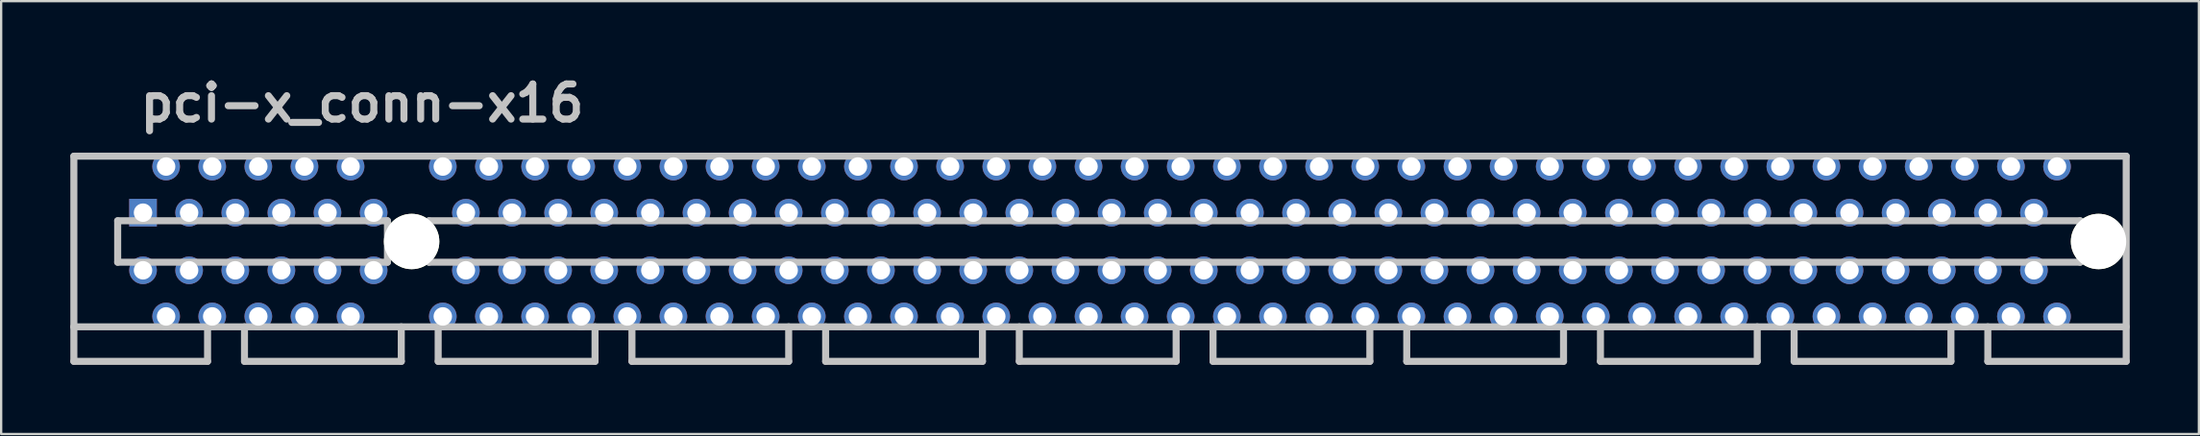
<source format=kicad_pcb>
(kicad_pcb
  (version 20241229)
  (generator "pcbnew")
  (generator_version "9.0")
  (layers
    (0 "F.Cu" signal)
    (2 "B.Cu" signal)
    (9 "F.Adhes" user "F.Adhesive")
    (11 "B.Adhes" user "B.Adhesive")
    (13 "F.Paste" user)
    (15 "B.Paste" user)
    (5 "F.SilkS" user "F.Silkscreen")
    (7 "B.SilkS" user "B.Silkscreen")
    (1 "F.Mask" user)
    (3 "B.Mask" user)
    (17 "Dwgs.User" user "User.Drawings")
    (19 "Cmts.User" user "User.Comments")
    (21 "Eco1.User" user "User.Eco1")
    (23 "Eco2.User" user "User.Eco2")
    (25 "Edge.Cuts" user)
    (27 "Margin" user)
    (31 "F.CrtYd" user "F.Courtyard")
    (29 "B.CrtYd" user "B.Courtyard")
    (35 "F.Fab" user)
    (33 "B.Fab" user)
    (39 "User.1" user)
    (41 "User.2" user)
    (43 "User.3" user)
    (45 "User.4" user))
  (footprint "pci-x_conn-x16"
    (layer "F.Cu")
    (at 12.652 7.426)
    (property "Reference" "pci-x_conn-x16" (at 0 -5.999 0) (layer "Dwgs.User") (effects (font (size 1.524 1.524) (thickness 0.305))))
    (attr through_hole)
    (fp_line (start -12.499 -3.701) (end -12.499 3.701) (stroke (width 0.305) (type solid)) (layer "Dwgs.User"))
    (fp_line (start -12.499 3.701) (end -12.499 5.199) (stroke (width 0.305) (type solid)) (layer "Dwgs.User"))
    (fp_line (start -12.499 3.701) (end 76.5 3.701) (stroke (width 0.305) (type solid)) (layer "Dwgs.User"))
    (fp_line (start -10.599 -0.899) (end -10.599 0.899) (stroke (width 0.305) (type solid)) (layer "Dwgs.User"))
    (fp_line (start -10.599 -0.899) (end 1.1 -0.899) (stroke (width 0.305) (type solid)) (layer "Dwgs.User"))
    (fp_line (start -6.701 5.199) (end -12.499 5.199) (stroke (width 0.305) (type solid)) (layer "Dwgs.User"))
    (fp_line (start -6.701 5.199) (end -6.701 3.701) (stroke (width 0.305) (type solid)) (layer "Dwgs.User"))
    (fp_line (start -5.1 3.701) (end -5.1 5.199) (stroke (width 0.305) (type solid)) (layer "Dwgs.User"))
    (fp_line (start -5.098 5.199) (end 1.702 5.199) (stroke (width 0.305) (type solid)) (layer "Dwgs.User"))
    (fp_line (start 1.1 0.899) (end -10.599 0.899) (stroke (width 0.305) (type solid)) (layer "Dwgs.User"))
    (fp_line (start 1.1 0.899) (end 1.1 -0.899) (stroke (width 0.305) (type solid)) (layer "Dwgs.User"))
    (fp_line (start 1.699 5.199) (end 1.699 3.701) (stroke (width 0.305) (type solid)) (layer "Dwgs.User"))
    (fp_line (start 2.901 0.899) (end 2.901 -0.899) (stroke (width 0.305) (type solid)) (layer "Dwgs.User"))
    (fp_line (start 2.901 0.899) (end 74.501 0.899) (stroke (width 0.305) (type solid)) (layer "Dwgs.User"))
    (fp_line (start 3.299 3.701) (end 3.299 5.199) (stroke (width 0.305) (type solid)) (layer "Dwgs.User"))
    (fp_line (start 3.302 5.199) (end 10.102 5.199) (stroke (width 0.305) (type solid)) (layer "Dwgs.User"))
    (fp_line (start 10.102 5.199) (end 10.102 3.701) (stroke (width 0.305) (type solid)) (layer "Dwgs.User"))
    (fp_line (start 11.702 5.199) (end 11.702 3.701) (stroke (width 0.305) (type solid)) (layer "Dwgs.User"))
    (fp_line (start 11.702 5.199) (end 18.501 5.199) (stroke (width 0.305) (type solid)) (layer "Dwgs.User"))
    (fp_line (start 18.499 5.199) (end 18.499 3.701) (stroke (width 0.305) (type solid)) (layer "Dwgs.User"))
    (fp_line (start 20.102 3.701) (end 20.102 5.199) (stroke (width 0.305) (type solid)) (layer "Dwgs.User"))
    (fp_line (start 20.102 5.199) (end 26.901 5.199) (stroke (width 0.305) (type solid)) (layer "Dwgs.User"))
    (fp_line (start 26.901 5.199) (end 26.901 3.701) (stroke (width 0.305) (type solid)) (layer "Dwgs.User"))
    (fp_line (start 28.499 3.701) (end 28.499 5.199) (stroke (width 0.305) (type solid)) (layer "Dwgs.User"))
    (fp_line (start 28.501 5.197) (end 35.301 5.197) (stroke (width 0.305) (type solid)) (layer "Dwgs.User"))
    (fp_line (start 35.301 5.199) (end 35.301 3.701) (stroke (width 0.305) (type solid)) (layer "Dwgs.User"))
    (fp_line (start 36.901 5.199) (end 36.901 3.701) (stroke (width 0.305) (type solid)) (layer "Dwgs.User"))
    (fp_line (start 36.901 5.199) (end 43.701 5.199) (stroke (width 0.305) (type solid)) (layer "Dwgs.User"))
    (fp_line (start 43.701 5.199) (end 43.701 3.701) (stroke (width 0.305) (type solid)) (layer "Dwgs.User"))
    (fp_line (start 45.301 5.199) (end 45.301 3.701) (stroke (width 0.305) (type solid)) (layer "Dwgs.User"))
    (fp_line (start 52.1 5.199) (end 45.301 5.199) (stroke (width 0.305) (type solid)) (layer "Dwgs.User"))
    (fp_line (start 52.1 5.199) (end 52.1 3.701) (stroke (width 0.305) (type solid)) (layer "Dwgs.User"))
    (fp_line (start 53.701 5.199) (end 53.701 3.701) (stroke (width 0.305) (type solid)) (layer "Dwgs.User"))
    (fp_line (start 53.701 5.199) (end 60.5 5.199) (stroke (width 0.305) (type solid)) (layer "Dwgs.User"))
    (fp_line (start 60.5 5.199) (end 60.5 3.701) (stroke (width 0.305) (type solid)) (layer "Dwgs.User"))
    (fp_line (start 62.1 5.199) (end 62.1 3.701) (stroke (width 0.305) (type solid)) (layer "Dwgs.User"))
    (fp_line (start 68.9 5.199) (end 62.1 5.199) (stroke (width 0.305) (type solid)) (layer "Dwgs.User"))
    (fp_line (start 68.9 5.199) (end 68.9 3.701) (stroke (width 0.305) (type solid)) (layer "Dwgs.User"))
    (fp_line (start 70.5 5.199) (end 70.5 3.701) (stroke (width 0.305) (type solid)) (layer "Dwgs.User"))
    (fp_line (start 74.501 -0.899) (end 2.901 -0.899) (stroke (width 0.305) (type solid)) (layer "Dwgs.User"))
    (fp_line (start 74.503 -0.899) (end 74.503 0.899) (stroke (width 0.305) (type solid)) (layer "Dwgs.User"))
    (fp_line (start 76.5 -3.701) (end -12.499 -3.701) (stroke (width 0.305) (type solid)) (layer "Dwgs.User"))
    (fp_line (start 76.5 -3.701) (end 76.5 5.199) (stroke (width 0.305) (type solid)) (layer "Dwgs.User"))
    (fp_line (start 76.5 5.199) (end 70.5 5.199) (stroke (width 0.305) (type solid)) (layer "Dwgs.User"))
    (pad "" np_thru_hole circle (at 2.149 0) (size 2.4 2.4) (drill 2.4) (layers "*.Cu" "F.SilkS"))
    (pad "" np_thru_hole circle (at 75.301 0) (size 2.4 2.4) (drill 2.4) (layers "*.Cu" "F.SilkS"))
    (pad "A1" thru_hole rect (at -9.5 -1.25) (size 1.199 1.199) (drill 0.8) (layers "*.Cu" "*.Mask"))
    (pad "A2" thru_hole circle (at -8.499 -3.251) (size 1.199 1.199) (drill 0.8) (layers "*.Cu" "*.Mask"))
    (pad "A3" thru_hole circle (at -7.501 -1.25) (size 1.199 1.199) (drill 0.8) (layers "*.Cu" "*.Mask"))
    (pad "A4" thru_hole circle (at -6.5 -3.251) (size 1.199 1.199) (drill 0.8) (layers "*.Cu" "*.Mask"))
    (pad "A5" thru_hole circle (at -5.499 -1.25) (size 1.199 1.199) (drill 0.8) (layers "*.Cu" "*.Mask"))
    (pad "A6" thru_hole circle (at -4.501 -3.251) (size 1.199 1.199) (drill 0.8) (layers "*.Cu" "*.Mask"))
    (pad "A7" thru_hole circle (at -3.5 -1.25) (size 1.199 1.199) (drill 0.8) (layers "*.Cu" "*.Mask"))
    (pad "A8" thru_hole circle (at -2.499 -3.251) (size 1.199 1.199) (drill 0.8) (layers "*.Cu" "*.Mask"))
    (pad "A9" thru_hole circle (at -1.501 -1.25) (size 1.199 1.199) (drill 0.8) (layers "*.Cu" "*.Mask"))
    (pad "A10" thru_hole circle (at -0.5 -3.251) (size 1.199 1.199) (drill 0.8) (layers "*.Cu" "*.Mask"))
    (pad "A11" thru_hole circle (at 0.5 -1.25) (size 1.199 1.199) (drill 0.8) (layers "*.Cu" "*.Mask"))
    (pad "A12" thru_hole circle (at 3.5 -3.251) (size 1.199 1.199) (drill 0.8) (layers "*.Cu" "*.Mask"))
    (pad "A13" thru_hole circle (at 4.501 -1.25) (size 1.199 1.199) (drill 0.8) (layers "*.Cu" "*.Mask"))
    (pad "A14" thru_hole circle (at 5.499 -3.251) (size 1.199 1.199) (drill 0.8) (layers "*.Cu" "*.Mask"))
    (pad "A15" thru_hole circle (at 6.5 -1.25) (size 1.199 1.199) (drill 0.8) (layers "*.Cu" "*.Mask"))
    (pad "A16" thru_hole circle (at 7.501 -3.251) (size 1.199 1.199) (drill 0.8) (layers "*.Cu" "*.Mask"))
    (pad "A17" thru_hole circle (at 8.499 -1.25) (size 1.199 1.199) (drill 0.8) (layers "*.Cu" "*.Mask"))
    (pad "A18" thru_hole circle (at 9.5 -3.251) (size 1.199 1.199) (drill 0.8) (layers "*.Cu" "*.Mask"))
    (pad "A19" thru_hole circle (at 10.5 -1.25) (size 1.199 1.199) (drill 0.8) (layers "*.Cu" "*.Mask"))
    (pad "A20" thru_hole circle (at 11.501 -3.251) (size 1.199 1.199) (drill 0.8) (layers "*.Cu" "*.Mask"))
    (pad "A21" thru_hole circle (at 12.499 -1.25) (size 1.199 1.199) (drill 0.8) (layers "*.Cu" "*.Mask"))
    (pad "A22" thru_hole circle (at 13.5 -3.251) (size 1.199 1.199) (drill 0.8) (layers "*.Cu" "*.Mask"))
    (pad "A23" thru_hole circle (at 14.501 -1.25) (size 1.199 1.199) (drill 0.8) (layers "*.Cu" "*.Mask"))
    (pad "A24" thru_hole circle (at 15.499 -3.251) (size 1.199 1.199) (drill 0.8) (layers "*.Cu" "*.Mask"))
    (pad "A25" thru_hole circle (at 16.5 -1.25) (size 1.199 1.199) (drill 0.8) (layers "*.Cu" "*.Mask"))
    (pad "A26" thru_hole circle (at 17.501 -3.251) (size 1.199 1.199) (drill 0.8) (layers "*.Cu" "*.Mask"))
    (pad "A27" thru_hole circle (at 18.499 -1.25) (size 1.199 1.199) (drill 0.8) (layers "*.Cu" "*.Mask"))
    (pad "A28" thru_hole circle (at 19.5 -3.251) (size 1.199 1.199) (drill 0.8) (layers "*.Cu" "*.Mask"))
    (pad "A29" thru_hole circle (at 20.5 -1.25) (size 1.199 1.199) (drill 0.8) (layers "*.Cu" "*.Mask"))
    (pad "A30" thru_hole circle (at 21.501 -3.251) (size 1.199 1.199) (drill 0.8) (layers "*.Cu" "*.Mask"))
    (pad "A31" thru_hole circle (at 22.499 -1.25) (size 1.199 1.199) (drill 0.8) (layers "*.Cu" "*.Mask"))
    (pad "A32" thru_hole circle (at 23.5 -3.251) (size 1.199 1.199) (drill 0.8) (layers "*.Cu" "*.Mask"))
    (pad "A33" thru_hole circle (at 24.501 -1.25) (size 1.199 1.199) (drill 0.8) (layers "*.Cu" "*.Mask"))
    (pad "A34" thru_hole circle (at 25.499 -3.251) (size 1.199 1.199) (drill 0.8) (layers "*.Cu" "*.Mask"))
    (pad "A35" thru_hole circle (at 26.5 -1.25) (size 1.199 1.199) (drill 0.8) (layers "*.Cu" "*.Mask"))
    (pad "A36" thru_hole circle (at 27.501 -3.251) (size 1.199 1.199) (drill 0.8) (layers "*.Cu" "*.Mask"))
    (pad "A37" thru_hole circle (at 28.499 -1.25) (size 1.199 1.199) (drill 0.8) (layers "*.Cu" "*.Mask"))
    (pad "A38" thru_hole circle (at 29.5 -3.251) (size 1.199 1.199) (drill 0.8) (layers "*.Cu" "*.Mask"))
    (pad "A39" thru_hole circle (at 30.5 -1.25) (size 1.199 1.199) (drill 0.8) (layers "*.Cu" "*.Mask"))
    (pad "A40" thru_hole circle (at 31.501 -3.251) (size 1.199 1.199) (drill 0.8) (layers "*.Cu" "*.Mask"))
    (pad "A41" thru_hole circle (at 32.499 -1.25) (size 1.199 1.199) (drill 0.8) (layers "*.Cu" "*.Mask"))
    (pad "A42" thru_hole circle (at 33.5 -3.251) (size 1.199 1.199) (drill 0.8) (layers "*.Cu" "*.Mask"))
    (pad "A43" thru_hole circle (at 34.501 -1.25) (size 1.199 1.199) (drill 0.8) (layers "*.Cu" "*.Mask"))
    (pad "A44" thru_hole circle (at 35.499 -3.251) (size 1.199 1.199) (drill 0.8) (layers "*.Cu" "*.Mask"))
    (pad "A45" thru_hole circle (at 36.5 -1.25) (size 1.199 1.199) (drill 0.8) (layers "*.Cu" "*.Mask"))
    (pad "A46" thru_hole circle (at 37.501 -3.251) (size 1.199 1.199) (drill 0.8) (layers "*.Cu" "*.Mask"))
    (pad "A47" thru_hole circle (at 38.499 -1.25) (size 1.199 1.199) (drill 0.8) (layers "*.Cu" "*.Mask"))
    (pad "A48" thru_hole circle (at 39.5 -3.251) (size 1.199 1.199) (drill 0.8) (layers "*.Cu" "*.Mask"))
    (pad "A49" thru_hole circle (at 40.5 -1.25) (size 1.199 1.199) (drill 0.8) (layers "*.Cu" "*.Mask"))
    (pad "A50" thru_hole circle (at 41.501 -3.251) (size 1.199 1.199) (drill 0.8) (layers "*.Cu" "*.Mask"))
    (pad "A51" thru_hole circle (at 42.499 -1.25) (size 1.199 1.199) (drill 0.8) (layers "*.Cu" "*.Mask"))
    (pad "A52" thru_hole circle (at 43.5 -3.251) (size 1.199 1.199) (drill 0.8) (layers "*.Cu" "*.Mask"))
    (pad "A53" thru_hole circle (at 44.501 -1.25) (size 1.199 1.199) (drill 0.8) (layers "*.Cu" "*.Mask"))
    (pad "A54" thru_hole circle (at 45.499 -3.251) (size 1.199 1.199) (drill 0.8) (layers "*.Cu" "*.Mask"))
    (pad "A55" thru_hole circle (at 46.5 -1.25) (size 1.199 1.199) (drill 0.8) (layers "*.Cu" "*.Mask"))
    (pad "A56" thru_hole circle (at 47.501 -3.251) (size 1.199 1.199) (drill 0.8) (layers "*.Cu" "*.Mask"))
    (pad "A57" thru_hole circle (at 48.499 -1.25) (size 1.199 1.199) (drill 0.8) (layers "*.Cu" "*.Mask"))
    (pad "A58" thru_hole circle (at 49.5 -3.251) (size 1.199 1.199) (drill 0.8) (layers "*.Cu" "*.Mask"))
    (pad "A59" thru_hole circle (at 50.5 -1.25) (size 1.199 1.199) (drill 0.8) (layers "*.Cu" "*.Mask"))
    (pad "A60" thru_hole circle (at 51.501 -3.251) (size 1.199 1.199) (drill 0.8) (layers "*.Cu" "*.Mask"))
    (pad "A61" thru_hole circle (at 52.499 -1.25) (size 1.199 1.199) (drill 0.8) (layers "*.Cu" "*.Mask"))
    (pad "A62" thru_hole circle (at 53.5 -3.251) (size 1.199 1.199) (drill 0.8) (layers "*.Cu" "*.Mask"))
    (pad "A63" thru_hole circle (at 54.501 -1.25) (size 1.199 1.199) (drill 0.8) (layers "*.Cu" "*.Mask"))
    (pad "A64" thru_hole circle (at 55.499 -3.251) (size 1.199 1.199) (drill 0.8) (layers "*.Cu" "*.Mask"))
    (pad "A65" thru_hole circle (at 56.5 -1.25) (size 1.199 1.199) (drill 0.8) (layers "*.Cu" "*.Mask"))
    (pad "A66" thru_hole circle (at 57.501 -3.251) (size 1.199 1.199) (drill 0.8) (layers "*.Cu" "*.Mask"))
    (pad "A67" thru_hole circle (at 58.499 -1.25) (size 1.199 1.199) (drill 0.8) (layers "*.Cu" "*.Mask"))
    (pad "A68" thru_hole circle (at 59.499 -3.251) (size 1.199 1.199) (drill 0.8) (layers "*.Cu" "*.Mask"))
    (pad "A69" thru_hole circle (at 60.5 -1.25) (size 1.199 1.199) (drill 0.8) (layers "*.Cu" "*.Mask"))
    (pad "A70" thru_hole circle (at 61.501 -3.251) (size 1.199 1.199) (drill 0.8) (layers "*.Cu" "*.Mask"))
    (pad "A71" thru_hole circle (at 62.499 -1.25) (size 1.199 1.199) (drill 0.8) (layers "*.Cu" "*.Mask"))
    (pad "A72" thru_hole circle (at 63.5 -3.251) (size 1.199 1.199) (drill 0.8) (layers "*.Cu" "*.Mask"))
    (pad "A73" thru_hole circle (at 64.501 -1.25) (size 1.199 1.199) (drill 0.8) (layers "*.Cu" "*.Mask"))
    (pad "A74" thru_hole circle (at 65.499 -3.251) (size 1.199 1.199) (drill 0.8) (layers "*.Cu" "*.Mask"))
    (pad "A75" thru_hole circle (at 66.5 -1.25) (size 1.199 1.199) (drill 0.8) (layers "*.Cu" "*.Mask"))
    (pad "A76" thru_hole circle (at 67.501 -3.251) (size 1.199 1.199) (drill 0.8) (layers "*.Cu" "*.Mask"))
    (pad "A77" thru_hole circle (at 68.501 -1.25) (size 1.199 1.199) (drill 0.8) (layers "*.Cu" "*.Mask"))
    (pad "A78" thru_hole circle (at 69.499 -3.251) (size 1.199 1.199) (drill 0.8) (layers "*.Cu" "*.Mask"))
    (pad "A79" thru_hole circle (at 70.5 -1.25) (size 1.199 1.199) (drill 0.8) (layers "*.Cu" "*.Mask"))
    (pad "A80" thru_hole circle (at 71.501 -3.251) (size 1.199 1.199) (drill 0.8) (layers "*.Cu" "*.Mask"))
    (pad "A81" thru_hole circle (at 72.499 -1.25) (size 1.199 1.199) (drill 0.8) (layers "*.Cu" "*.Mask"))
    (pad "A82" thru_hole circle (at 73.5 -3.251) (size 1.199 1.199) (drill 0.8) (layers "*.Cu" "*.Mask"))
    (pad "B1" thru_hole circle (at -9.5 1.25) (size 1.199 1.199) (drill 0.8) (layers "*.Cu" "*.Mask"))
    (pad "B2" thru_hole circle (at -8.499 3.251) (size 1.199 1.199) (drill 0.8) (layers "*.Cu" "*.Mask"))
    (pad "B3" thru_hole circle (at -7.501 1.25) (size 1.199 1.199) (drill 0.8) (layers "*.Cu" "*.Mask"))
    (pad "B4" thru_hole circle (at -6.5 3.251) (size 1.199 1.199) (drill 0.8) (layers "*.Cu" "*.Mask"))
    (pad "B5" thru_hole circle (at -5.499 1.25) (size 1.199 1.199) (drill 0.8) (layers "*.Cu" "*.Mask"))
    (pad "B6" thru_hole circle (at -4.501 3.251) (size 1.199 1.199) (drill 0.8) (layers "*.Cu" "*.Mask"))
    (pad "B7" thru_hole circle (at -3.5 1.25) (size 1.199 1.199) (drill 0.8) (layers "*.Cu" "*.Mask"))
    (pad "B8" thru_hole circle (at -2.499 3.251) (size 1.199 1.199) (drill 0.8) (layers "*.Cu" "*.Mask"))
    (pad "B9" thru_hole circle (at -1.501 1.25) (size 1.199 1.199) (drill 0.8) (layers "*.Cu" "*.Mask"))
    (pad "B10" thru_hole circle (at -0.5 3.251) (size 1.199 1.199) (drill 0.8) (layers "*.Cu" "*.Mask"))
    (pad "B11" thru_hole circle (at 0.5 1.25) (size 1.199 1.199) (drill 0.8) (layers "*.Cu" "*.Mask"))
    (pad "B12" thru_hole circle (at 3.5 3.251) (size 1.199 1.199) (drill 0.8) (layers "*.Cu" "*.Mask"))
    (pad "B13" thru_hole circle (at 4.501 1.25) (size 1.199 1.199) (drill 0.8) (layers "*.Cu" "*.Mask"))
    (pad "B14" thru_hole circle (at 5.499 3.251) (size 1.199 1.199) (drill 0.8) (layers "*.Cu" "*.Mask"))
    (pad "B15" thru_hole circle (at 6.5 1.25) (size 1.199 1.199) (drill 0.8) (layers "*.Cu" "*.Mask"))
    (pad "B16" thru_hole circle (at 7.501 3.251) (size 1.199 1.199) (drill 0.8) (layers "*.Cu" "*.Mask"))
    (pad "B17" thru_hole circle (at 8.499 1.25) (size 1.199 1.199) (drill 0.8) (layers "*.Cu" "*.Mask"))
    (pad "B18" thru_hole circle (at 9.5 3.251) (size 1.199 1.199) (drill 0.8) (layers "*.Cu" "*.Mask"))
    (pad "B19" thru_hole circle (at 10.5 1.25) (size 1.199 1.199) (drill 0.8) (layers "*.Cu" "*.Mask"))
    (pad "B20" thru_hole circle (at 11.501 3.251) (size 1.199 1.199) (drill 0.8) (layers "*.Cu" "*.Mask"))
    (pad "B21" thru_hole circle (at 12.499 1.25) (size 1.199 1.199) (drill 0.8) (layers "*.Cu" "*.Mask"))
    (pad "B22" thru_hole circle (at 13.5 3.251) (size 1.199 1.199) (drill 0.8) (layers "*.Cu" "*.Mask"))
    (pad "B23" thru_hole circle (at 14.501 1.25) (size 1.199 1.199) (drill 0.8) (layers "*.Cu" "*.Mask"))
    (pad "B24" thru_hole circle (at 15.499 3.251) (size 1.199 1.199) (drill 0.8) (layers "*.Cu" "*.Mask"))
    (pad "B25" thru_hole circle (at 16.5 1.25) (size 1.199 1.199) (drill 0.8) (layers "*.Cu" "*.Mask"))
    (pad "B26" thru_hole circle (at 17.501 3.251) (size 1.199 1.199) (drill 0.8) (layers "*.Cu" "*.Mask"))
    (pad "B27" thru_hole circle (at 18.499 1.25) (size 1.199 1.199) (drill 0.8) (layers "*.Cu" "*.Mask"))
    (pad "B28" thru_hole circle (at 19.5 3.251) (size 1.199 1.199) (drill 0.8) (layers "*.Cu" "*.Mask"))
    (pad "B29" thru_hole circle (at 20.5 1.25) (size 1.199 1.199) (drill 0.8) (layers "*.Cu" "*.Mask"))
    (pad "B30" thru_hole circle (at 21.501 3.251) (size 1.199 1.199) (drill 0.8) (layers "*.Cu" "*.Mask"))
    (pad "B31" thru_hole circle (at 22.499 1.25) (size 1.199 1.199) (drill 0.8) (layers "*.Cu" "*.Mask"))
    (pad "B32" thru_hole circle (at 23.5 3.251) (size 1.199 1.199) (drill 0.8) (layers "*.Cu" "*.Mask"))
    (pad "B33" thru_hole circle (at 24.501 1.25) (size 1.199 1.199) (drill 0.8) (layers "*.Cu" "*.Mask"))
    (pad "B34" thru_hole circle (at 25.499 3.251) (size 1.199 1.199) (drill 0.8) (layers "*.Cu" "*.Mask"))
    (pad "B35" thru_hole circle (at 26.5 1.25) (size 1.199 1.199) (drill 0.8) (layers "*.Cu" "*.Mask"))
    (pad "B36" thru_hole circle (at 27.501 3.251) (size 1.199 1.199) (drill 0.8) (layers "*.Cu" "*.Mask"))
    (pad "B37" thru_hole circle (at 28.499 1.25) (size 1.199 1.199) (drill 0.8) (layers "*.Cu" "*.Mask"))
    (pad "B38" thru_hole circle (at 29.5 3.251) (size 1.199 1.199) (drill 0.8) (layers "*.Cu" "*.Mask"))
    (pad "B39" thru_hole circle (at 30.5 1.25) (size 1.199 1.199) (drill 0.8) (layers "*.Cu" "*.Mask"))
    (pad "B40" thru_hole circle (at 31.501 3.251) (size 1.199 1.199) (drill 0.8) (layers "*.Cu" "*.Mask"))
    (pad "B41" thru_hole circle (at 32.499 1.25) (size 1.199 1.199) (drill 0.8) (layers "*.Cu" "*.Mask"))
    (pad "B42" thru_hole circle (at 33.5 3.251) (size 1.199 1.199) (drill 0.8) (layers "*.Cu" "*.Mask"))
    (pad "B43" thru_hole circle (at 34.501 1.25) (size 1.199 1.199) (drill 0.8) (layers "*.Cu" "*.Mask"))
    (pad "B44" thru_hole circle (at 35.499 3.251) (size 1.199 1.199) (drill 0.8) (layers "*.Cu" "*.Mask"))
    (pad "B45" thru_hole circle (at 36.5 1.25) (size 1.199 1.199) (drill 0.8) (layers "*.Cu" "*.Mask"))
    (pad "B46" thru_hole circle (at 37.501 3.251) (size 1.199 1.199) (drill 0.8) (layers "*.Cu" "*.Mask"))
    (pad "B47" thru_hole circle (at 38.499 1.25) (size 1.199 1.199) (drill 0.8) (layers "*.Cu" "*.Mask"))
    (pad "B48" thru_hole circle (at 39.5 3.251) (size 1.199 1.199) (drill 0.8) (layers "*.Cu" "*.Mask"))
    (pad "B49" thru_hole circle (at 40.5 1.25) (size 1.199 1.199) (drill 0.8) (layers "*.Cu" "*.Mask"))
    (pad "B50" thru_hole circle (at 41.501 3.251) (size 1.199 1.199) (drill 0.8) (layers "*.Cu" "*.Mask"))
    (pad "B51" thru_hole circle (at 42.499 1.25) (size 1.199 1.199) (drill 0.8) (layers "*.Cu" "*.Mask"))
    (pad "B52" thru_hole circle (at 43.5 3.251) (size 1.199 1.199) (drill 0.8) (layers "*.Cu" "*.Mask"))
    (pad "B53" thru_hole circle (at 44.501 1.25) (size 1.199 1.199) (drill 0.8) (layers "*.Cu" "*.Mask"))
    (pad "B54" thru_hole circle (at 45.499 3.251) (size 1.199 1.199) (drill 0.8) (layers "*.Cu" "*.Mask"))
    (pad "B55" thru_hole circle (at 46.5 1.25) (size 1.199 1.199) (drill 0.8) (layers "*.Cu" "*.Mask"))
    (pad "B56" thru_hole circle (at 47.501 3.251) (size 1.199 1.199) (drill 0.8) (layers "*.Cu" "*.Mask"))
    (pad "B57" thru_hole circle (at 48.499 1.25) (size 1.199 1.199) (drill 0.8) (layers "*.Cu" "*.Mask"))
    (pad "B58" thru_hole circle (at 49.5 3.251) (size 1.199 1.199) (drill 0.8) (layers "*.Cu" "*.Mask"))
    (pad "B59" thru_hole circle (at 50.5 1.25) (size 1.199 1.199) (drill 0.8) (layers "*.Cu" "*.Mask"))
    (pad "B60" thru_hole circle (at 51.501 3.251) (size 1.199 1.199) (drill 0.8) (layers "*.Cu" "*.Mask"))
    (pad "B61" thru_hole circle (at 52.499 1.25) (size 1.199 1.199) (drill 0.8) (layers "*.Cu" "*.Mask"))
    (pad "B62" thru_hole circle (at 53.5 3.251) (size 1.199 1.199) (drill 0.8) (layers "*.Cu" "*.Mask"))
    (pad "B63" thru_hole circle (at 54.501 1.25) (size 1.199 1.199) (drill 0.8) (layers "*.Cu" "*.Mask"))
    (pad "B64" thru_hole circle (at 55.499 3.251) (size 1.199 1.199) (drill 0.8) (layers "*.Cu" "*.Mask"))
    (pad "B65" thru_hole circle (at 56.5 1.25) (size 1.199 1.199) (drill 0.8) (layers "*.Cu" "*.Mask"))
    (pad "B66" thru_hole circle (at 57.501 3.251) (size 1.199 1.199) (drill 0.8) (layers "*.Cu" "*.Mask"))
    (pad "B67" thru_hole circle (at 58.499 1.25) (size 1.199 1.199) (drill 0.8) (layers "*.Cu" "*.Mask"))
    (pad "B68" thru_hole circle (at 59.499 3.251) (size 1.199 1.199) (drill 0.8) (layers "*.Cu" "*.Mask"))
    (pad "B69" thru_hole circle (at 60.5 1.25) (size 1.199 1.199) (drill 0.8) (layers "*.Cu" "*.Mask"))
    (pad "B70" thru_hole circle (at 61.501 3.251) (size 1.199 1.199) (drill 0.8) (layers "*.Cu" "*.Mask"))
    (pad "B71" thru_hole circle (at 62.499 1.25) (size 1.199 1.199) (drill 0.8) (layers "*.Cu" "*.Mask"))
    (pad "B72" thru_hole circle (at 63.5 3.251) (size 1.199 1.199) (drill 0.8) (layers "*.Cu" "*.Mask"))
    (pad "B73" thru_hole circle (at 64.501 1.25) (size 1.199 1.199) (drill 0.8) (layers "*.Cu" "*.Mask"))
    (pad "B74" thru_hole circle (at 65.499 3.251) (size 1.199 1.199) (drill 0.8) (layers "*.Cu" "*.Mask"))
    (pad "B75" thru_hole circle (at 66.5 1.25) (size 1.199 1.199) (drill 0.8) (layers "*.Cu" "*.Mask"))
    (pad "B76" thru_hole circle (at 67.501 3.251) (size 1.199 1.199) (drill 0.8) (layers "*.Cu" "*.Mask"))
    (pad "B77" thru_hole circle (at 68.501 1.25) (size 1.199 1.199) (drill 0.8) (layers "*.Cu" "*.Mask"))
    (pad "B78" thru_hole circle (at 69.499 3.251) (size 1.199 1.199) (drill 0.8) (layers "*.Cu" "*.Mask"))
    (pad "B79" thru_hole circle (at 70.5 1.25) (size 1.199 1.199) (drill 0.8) (layers "*.Cu" "*.Mask"))
    (pad "B80" thru_hole circle (at 71.501 3.251) (size 1.199 1.199) (drill 0.8) (layers "*.Cu" "*.Mask"))
    (pad "B81" thru_hole circle (at 72.499 1.25) (size 1.199 1.199) (drill 0.8) (layers "*.Cu" "*.Mask"))
    (pad "B82" thru_hole circle (at 73.5 3.251) (size 1.199 1.199) (drill 0.8) (layers "*.Cu" "*.Mask")))
  (gr_rect
    (start -3 -3)
    (end 92.304 15.778)
    (stroke (width 0.1) (type default))
    (fill no)
    (layer "Edge.Cuts")))
</source>
